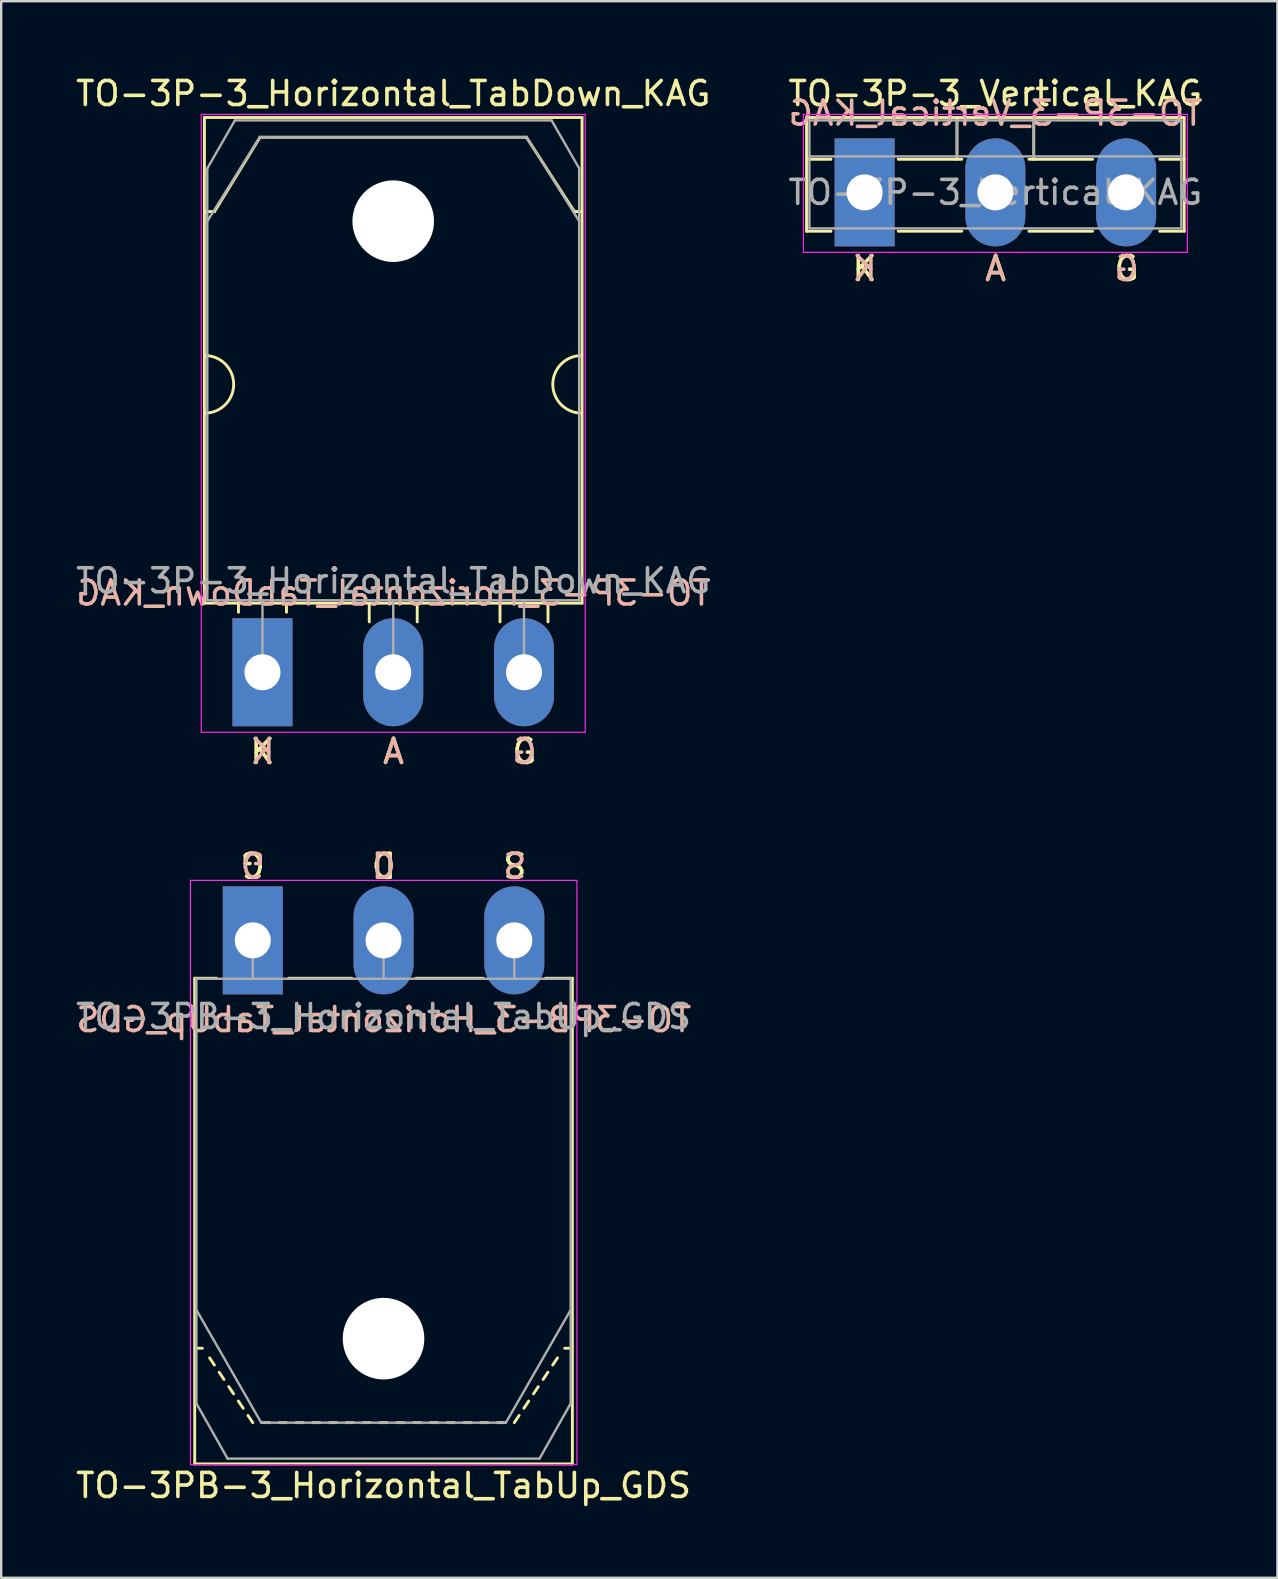
<source format=kicad_pcb>
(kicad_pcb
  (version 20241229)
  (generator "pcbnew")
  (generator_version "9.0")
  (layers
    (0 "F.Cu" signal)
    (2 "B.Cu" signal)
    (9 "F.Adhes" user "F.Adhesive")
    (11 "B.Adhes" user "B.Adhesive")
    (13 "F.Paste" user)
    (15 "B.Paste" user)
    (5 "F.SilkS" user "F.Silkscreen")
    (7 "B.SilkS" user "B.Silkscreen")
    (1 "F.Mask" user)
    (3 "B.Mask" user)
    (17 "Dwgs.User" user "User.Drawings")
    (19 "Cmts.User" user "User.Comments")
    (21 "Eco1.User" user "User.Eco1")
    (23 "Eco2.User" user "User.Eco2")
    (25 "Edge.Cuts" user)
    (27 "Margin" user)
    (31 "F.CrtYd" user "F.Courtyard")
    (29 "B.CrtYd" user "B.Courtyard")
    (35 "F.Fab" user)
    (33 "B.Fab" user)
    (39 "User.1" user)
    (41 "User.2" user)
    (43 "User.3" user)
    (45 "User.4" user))
  (footprint "TO-3PB-3_Horizontal_TabUp_GDS"
    (layer "F.Cu")
    (at 7.485 36.142)
    (property "Reference" "TO-3PB-3_Horizontal_TabUp_GDS" (at 5.45 22.72 0) (layer "F.SilkS") (effects (font (size 1 1) (thickness 0.15))))
    (fp_line (start -2.42 21.82) (end -2.42 1.58) (stroke (width 0.12) (type solid)) (layer "F.SilkS"))
    (fp_line (start -2.1 17) (end -2.4 17) (stroke (width 0.12) (type solid)) (layer "F.SilkS"))
    (fp_line (start -1.8 17.4) (end -1.6 17.7) (stroke (width 0.12) (type solid)) (layer "F.SilkS"))
    (fp_line (start -1.5 1.58) (end -2.42 1.58) (stroke (width 0.12) (type solid)) (layer "F.SilkS"))
    (fp_line (start -1.4 18) (end -1.2 18.3) (stroke (width 0.12) (type solid)) (layer "F.SilkS"))
    (fp_line (start -1 18.6) (end -0.8 18.9) (stroke (width 0.12) (type solid)) (layer "F.SilkS"))
    (fp_line (start -0.6 19.2) (end -0.4 19.5) (stroke (width 0.12) (type solid)) (layer "F.SilkS"))
    (fp_line (start -0.2 19.8) (end 0 20.1) (stroke (width 0.12) (type solid)) (layer "F.SilkS"))
    (fp_line (start 0.7 20.1) (end 0.4 20.1) (stroke (width 0.12) (type solid)) (layer "F.SilkS"))
    (fp_line (start 1.4 20.1) (end 1.1 20.1) (stroke (width 0.12) (type solid)) (layer "F.SilkS"))
    (fp_line (start 2.1 20.1) (end 1.8 20.1) (stroke (width 0.12) (type solid)) (layer "F.SilkS"))
    (fp_line (start 2.8 20.1) (end 2.5 20.1) (stroke (width 0.12) (type solid)) (layer "F.SilkS"))
    (fp_line (start 3.5 20.1) (end 3.2 20.1) (stroke (width 0.12) (type solid)) (layer "F.SilkS"))
    (fp_line (start 4.12 1.58) (end 1.5 1.58) (stroke (width 0.12) (type solid)) (layer "F.SilkS"))
    (fp_line (start 4.2 20.1) (end 3.9 20.1) (stroke (width 0.12) (type solid)) (layer "F.SilkS"))
    (fp_line (start 4.9 20.1) (end 4.6 20.1) (stroke (width 0.12) (type solid)) (layer "F.SilkS"))
    (fp_line (start 5.6 20.1) (end 5.3 20.1) (stroke (width 0.12) (type solid)) (layer "F.SilkS"))
    (fp_line (start 6.3 20.1) (end 6 20.1) (stroke (width 0.12) (type solid)) (layer "F.SilkS"))
    (fp_line (start 7 20.1) (end 6.7 20.1) (stroke (width 0.12) (type solid)) (layer "F.SilkS"))
    (fp_line (start 7.7 20.1) (end 7.4 20.1) (stroke (width 0.12) (type solid)) (layer "F.SilkS"))
    (fp_line (start 8.4 20.1) (end 8.1 20.1) (stroke (width 0.12) (type solid)) (layer "F.SilkS"))
    (fp_line (start 9.1 20.1) (end 8.8 20.1) (stroke (width 0.12) (type solid)) (layer "F.SilkS"))
    (fp_line (start 9.6 1.58) (end 6.8 1.58) (stroke (width 0.12) (type solid)) (layer "F.SilkS"))
    (fp_line (start 9.8 20.1) (end 9.5 20.1) (stroke (width 0.12) (type solid)) (layer "F.SilkS"))
    (fp_line (start 10.5 20.1) (end 10.2 20.1) (stroke (width 0.12) (type solid)) (layer "F.SilkS"))
    (fp_line (start 11.1 19.8) (end 10.9 20.1) (stroke (width 0.12) (type solid)) (layer "F.SilkS"))
    (fp_line (start 11.5 19.2) (end 11.3 19.5) (stroke (width 0.12) (type solid)) (layer "F.SilkS"))
    (fp_line (start 11.9 18.6) (end 11.7 18.9) (stroke (width 0.12) (type solid)) (layer "F.SilkS"))
    (fp_line (start 12.3 18) (end 12.1 18.3) (stroke (width 0.12) (type solid)) (layer "F.SilkS"))
    (fp_line (start 12.7 17.4) (end 12.5 17.7) (stroke (width 0.12) (type solid)) (layer "F.SilkS"))
    (fp_line (start 13 17) (end 13.3 17) (stroke (width 0.12) (type solid)) (layer "F.SilkS"))
    (fp_line (start 13.32 1.58) (end 12.2 1.58) (stroke (width 0.12) (type solid)) (layer "F.SilkS"))
    (fp_line (start 13.32 21.82) (end -2.42 21.82) (stroke (width 0.12) (type solid)) (layer "F.SilkS"))
    (fp_line (start 13.32 21.82) (end 13.32 1.58) (stroke (width 0.12) (type solid)) (layer "F.SilkS"))
    (fp_line (start -2.6 -2.5) (end -2.6 21.85) (stroke (width 0.05) (type solid)) (layer "F.CrtYd"))
    (fp_line (start -2.6 21.85) (end 13.51 21.85) (stroke (width 0.05) (type solid)) (layer "F.CrtYd"))
    (fp_line (start 13.51 -2.5) (end -2.6 -2.5) (stroke (width 0.05) (type solid)) (layer "F.CrtYd"))
    (fp_line (start 13.51 21.85) (end 13.51 -2.5) (stroke (width 0.05) (type solid)) (layer "F.CrtYd"))
    (fp_line (start -2.35 1.6) (end -2.35 15.401) (stroke (width 0.1) (type solid)) (layer "F.Fab"))
    (fp_line (start -2.35 15.401) (end -2.35 19.3) (stroke (width 0.1) (type solid)) (layer "F.Fab"))
    (fp_line (start -2.35 15.401) (end 0.351 20.1) (stroke (width 0.1) (type solid)) (layer "F.Fab"))
    (fp_line (start -2.35 19.3) (end -1.05 21.6) (stroke (width 0.1) (type solid)) (layer "F.Fab"))
    (fp_line (start -1.05 21.6) (end 11.95 21.6) (stroke (width 0.1) (type solid)) (layer "F.Fab"))
    (fp_line (start 0 1.6) (end 0 0) (stroke (width 0.1) (type solid)) (layer "F.Fab"))
    (fp_line (start 0.351 20.1) (end 10.55 20.1) (stroke (width 0.1) (type solid)) (layer "F.Fab"))
    (fp_line (start 5.45 1.6) (end 5.45 0) (stroke (width 0.1) (type solid)) (layer "F.Fab"))
    (fp_line (start 10.55 20.1) (end 13.25 15.401) (stroke (width 0.1) (type solid)) (layer "F.Fab"))
    (fp_line (start 10.9 1.6) (end 10.9 0) (stroke (width 0.1) (type solid)) (layer "F.Fab"))
    (fp_line (start 11.95 21.6) (end 13.25 19.3) (stroke (width 0.1) (type solid)) (layer "F.Fab"))
    (fp_line (start 13.25 1.6) (end -2.35 1.6) (stroke (width 0.1) (type solid)) (layer "F.Fab"))
    (fp_line (start 13.25 15.401) (end 13.25 1.6) (stroke (width 0.1) (type solid)) (layer "F.Fab"))
    (fp_line (start 13.25 19.3) (end 13.25 15.401) (stroke (width 0.1) (type solid)) (layer "F.Fab"))
    (fp_circle (center 5.45 16.6) (end 7.05 16.6) (stroke (width 0.1) (type solid)) (fill no) (layer "F.Fab"))
    (fp_text user "D" (at 5.461 -3.175 180) (unlocked yes) (layer "F.SilkS") (effects (font (size 1 1) (thickness 0.15))))
    (fp_text user "S" (at 10.922 -3.175 180) (unlocked yes) (layer "F.SilkS") (effects (font (size 1 1) (thickness 0.15))))
    (fp_text user "G" (at 0 -3.175 180) (unlocked yes) (layer "F.SilkS") (effects (font (size 1 1) (thickness 0.15))))
    (fp_text user "${REFERENCE}" (at 5.461 3.302 0) (layer "B.SilkS") (effects (font (size 1 1) (thickness 0.15)) (justify mirror)))
    (fp_text user "S" (at 10.922 -3.175 180) (unlocked yes) (layer "B.SilkS") (effects (font (size 1 1) (thickness 0.15)) (justify mirror)))
    (fp_text user "D" (at 5.461 -3.175 180) (unlocked yes) (layer "B.SilkS") (effects (font (size 1 1) (thickness 0.15)) (justify mirror)))
    (fp_text user "G" (at 0 -3.175 180) (unlocked yes) (layer "B.SilkS") (effects (font (size 1 1) (thickness 0.15)) (justify mirror)))
    (fp_text user "${REFERENCE}" (at 5.45 3.175 0) (layer "F.Fab") (effects (font (size 1 1) (thickness 0.15))))
    (pad "" np_thru_hole oval (at 5.45 16.6) (size 3.4 3.4) (drill 3.4) (layers "*.Cu" "*.Mask"))
    (pad "1" thru_hole rect (at 0 0) (size 2.5 4.5) (drill 1.5) (layers "*.Cu" "*.Mask"))
    (pad "2" thru_hole oval (at 5.45 0) (size 2.5 4.5) (drill 1.5) (layers "*.Cu" "*.Mask"))
    (pad "3" thru_hole oval (at 10.9 0) (size 2.5 4.5) (drill 1.5) (layers "*.Cu" "*.Mask")))
  (footprint "TO-3P-3_Vertical_KAG"
    (layer "F.Cu")
    (at 32.984 4.968)
    (property "Reference" "TO-3P-3_Vertical_KAG" (at 5.45 -4.12 0) (layer "F.SilkS") (effects (font (size 1 1) (thickness 0.15))))
    (fp_line (start -2.42 -3.12) (end -2.42 1.62) (stroke (width 0.12) (type solid)) (layer "F.SilkS"))
    (fp_line (start -2.42 -3.12) (end 13.32 -3.12) (stroke (width 0.12) (type solid)) (layer "F.SilkS"))
    (fp_line (start -2.42 -1.38) (end -1.4 -1.38) (stroke (width 0.12) (type solid)) (layer "F.SilkS"))
    (fp_line (start -2.42 1.62) (end -1.4 1.62) (stroke (width 0.12) (type solid)) (layer "F.SilkS"))
    (fp_line (start 1.4 -1.38) (end 4.051 -1.38) (stroke (width 0.12) (type solid)) (layer "F.SilkS"))
    (fp_line (start 1.4 1.62) (end 4.051 1.62) (stroke (width 0.12) (type solid)) (layer "F.SilkS"))
    (fp_line (start 3.85 -3.12) (end 3.85 -1.38) (stroke (width 0.12) (type solid)) (layer "F.SilkS"))
    (fp_line (start 6.85 -1.38) (end 9.5 -1.38) (stroke (width 0.12) (type solid)) (layer "F.SilkS"))
    (fp_line (start 6.85 1.62) (end 9.5 1.62) (stroke (width 0.12) (type solid)) (layer "F.SilkS"))
    (fp_line (start 7.051 -3.12) (end 7.051 -1.38) (stroke (width 0.12) (type solid)) (layer "F.SilkS"))
    (fp_line (start 12.3 -1.38) (end 13.32 -1.38) (stroke (width 0.12) (type solid)) (layer "F.SilkS"))
    (fp_line (start 12.3 1.62) (end 13.32 1.62) (stroke (width 0.12) (type solid)) (layer "F.SilkS"))
    (fp_line (start 13.32 -3.12) (end 13.32 1.62) (stroke (width 0.12) (type solid)) (layer "F.SilkS"))
    (fp_line (start -2.55 -3.25) (end -2.55 2.5) (stroke (width 0.05) (type solid)) (layer "F.CrtYd"))
    (fp_line (start -2.55 2.5) (end 13.45 2.5) (stroke (width 0.05) (type solid)) (layer "F.CrtYd"))
    (fp_line (start 13.45 -3.25) (end -2.55 -3.25) (stroke (width 0.05) (type solid)) (layer "F.CrtYd"))
    (fp_line (start 13.45 2.5) (end 13.45 -3.25) (stroke (width 0.05) (type solid)) (layer "F.CrtYd"))
    (fp_line (start -2.3 -3) (end -2.3 1.5) (stroke (width 0.1) (type solid)) (layer "F.Fab"))
    (fp_line (start -2.3 -1.5) (end 13.2 -1.5) (stroke (width 0.1) (type solid)) (layer "F.Fab"))
    (fp_line (start -2.3 1.5) (end 13.2 1.5) (stroke (width 0.1) (type solid)) (layer "F.Fab"))
    (fp_line (start 3.85 -3) (end 3.85 -1.5) (stroke (width 0.1) (type solid)) (layer "F.Fab"))
    (fp_line (start 7.05 -3) (end 7.05 -1.5) (stroke (width 0.1) (type solid)) (layer "F.Fab"))
    (fp_line (start 13.2 -3) (end -2.3 -3) (stroke (width 0.1) (type solid)) (layer "F.Fab"))
    (fp_line (start 13.2 1.5) (end 13.2 -3) (stroke (width 0.1) (type solid)) (layer "F.Fab"))
    (fp_text user "A" (at 5.461 3.175 0) (layer "F.SilkS") (effects (font (size 1 1) (thickness 0.15))))
    (fp_text user "G" (at 10.922 3.175 0) (layer "F.SilkS") (effects (font (size 1 1) (thickness 0.15))))
    (fp_text user "K" (at 0 3.175 0) (layer "F.SilkS") (effects (font (size 1 1) (thickness 0.15))))
    (fp_text user "A" (at 5.461 3.175 0) (layer "B.SilkS") (effects (font (size 1 1) (thickness 0.15)) (justify mirror)))
    (fp_text user "G" (at 10.922 3.175 0) (layer "B.SilkS") (effects (font (size 1 1) (thickness 0.15)) (justify mirror)))
    (fp_text user "${REFERENCE}" (at 5.461 -3.302 0) (layer "B.SilkS") (effects (font (size 1 1) (thickness 0.15)) (justify mirror)))
    (fp_text user "K" (at 0 3.175 0) (layer "B.SilkS") (effects (font (size 1 1) (thickness 0.15)) (justify mirror)))
    (fp_text user "${REFERENCE}" (at 5.45 0 0) (layer "F.Fab") (effects (font (size 1 1) (thickness 0.15))))
    (pad "1" thru_hole rect (at 0 0) (size 2.5 4.5) (drill 1.5) (layers "*.Cu" "*.Mask"))
    (pad "2" thru_hole oval (at 5.45 0) (size 2.5 4.5) (drill 1.5) (layers "*.Cu" "*.Mask"))
    (pad "3" thru_hole oval (at 10.9 0) (size 2.5 4.5) (drill 1.5) (layers "*.Cu" "*.Mask")))
  (footprint "TO-3P-3_Horizontal_TabDown_KAG"
    (layer "F.Cu")
    (at 7.889 24.968)
    (property "Reference" "TO-3P-3_Horizontal_TabDown_KAG" (at 5.45 -24.12 0) (layer "F.SilkS") (effects (font (size 1 1) (thickness 0.15))))
    (fp_line (start -2.42 -23.12) (end -2.42 -2.88) (stroke (width 0.12) (type solid)) (layer "F.SilkS"))
    (fp_line (start -2.42 -23.12) (end 13.32 -23.12) (stroke (width 0.12) (type solid)) (layer "F.SilkS"))
    (fp_line (start -2.42 -2.88) (end 13.32 -2.88) (stroke (width 0.12) (type solid)) (layer "F.SilkS"))
    (fp_line (start -2 -19.2) (end -2.4 -19.2) (stroke (width 0.12) (type solid)) (layer "F.SilkS"))
    (fp_line (start -2 -19.2) (end -0.1 -22.3) (stroke (width 0.12) (type solid)) (layer "F.SilkS"))
    (fp_line (start -1 -2.85) (end -1 -2.5) (stroke (width 0.12) (type solid)) (layer "F.SilkS"))
    (fp_line (start -0.1 -22.3) (end 11 -22.3) (stroke (width 0.12) (type solid)) (layer "F.SilkS"))
    (fp_line (start 1 -2.85) (end 1 -2.5) (stroke (width 0.12) (type solid)) (layer "F.SilkS"))
    (fp_line (start 4.45 -2.85) (end 4.45 -2.1) (stroke (width 0.12) (type solid)) (layer "F.SilkS"))
    (fp_line (start 6.45 -2.85) (end 6.45 -2.1) (stroke (width 0.12) (type solid)) (layer "F.SilkS"))
    (fp_line (start 9.9 -2.85) (end 9.9 -2.1) (stroke (width 0.12) (type solid)) (layer "F.SilkS"))
    (fp_line (start 11 -22.3) (end 13 -19.2) (stroke (width 0.12) (type solid)) (layer "F.SilkS"))
    (fp_line (start 11.9 -2.85) (end 11.9 -2.1) (stroke (width 0.12) (type solid)) (layer "F.SilkS"))
    (fp_line (start 13 -19.2) (end 13.3 -19.2) (stroke (width 0.12) (type solid)) (layer "F.SilkS"))
    (fp_line (start 13.32 -23.12) (end 13.32 -2.88) (stroke (width 0.12) (type solid)) (layer "F.SilkS"))
    (fp_arc (start -2.4 -13.2) (mid -1.2 -12) (end -2.4 -10.8) (stroke (width 0.12) (type solid)) (layer "F.SilkS"))
    (fp_arc (start 13.3 -10.8) (mid 12.1 -12) (end 13.3 -13.2) (stroke (width 0.12) (type solid)) (layer "F.SilkS"))
    (fp_line (start -2.55 -23.25) (end -2.55 2.5) (stroke (width 0.05) (type solid)) (layer "F.CrtYd"))
    (fp_line (start -2.55 2.5) (end 13.45 2.5) (stroke (width 0.05) (type solid)) (layer "F.CrtYd"))
    (fp_line (start 13.45 -23.25) (end -2.55 -23.25) (stroke (width 0.05) (type solid)) (layer "F.CrtYd"))
    (fp_line (start 13.45 2.5) (end 13.45 -23.25) (stroke (width 0.05) (type solid)) (layer "F.CrtYd"))
    (fp_line (start -2.3 -21) (end -1.15 -23) (stroke (width 0.1) (type solid)) (layer "F.Fab"))
    (fp_line (start -2.3 -18.8) (end -2.3 -21) (stroke (width 0.1) (type solid)) (layer "F.Fab"))
    (fp_line (start -2.3 -18.8) (end -0.11 -22.3) (stroke (width 0.1) (type solid)) (layer "F.Fab"))
    (fp_line (start -2.3 -3) (end -2.3 -18.8) (stroke (width 0.1) (type solid)) (layer "F.Fab"))
    (fp_line (start -1.15 -23) (end 12.05 -23) (stroke (width 0.1) (type solid)) (layer "F.Fab"))
    (fp_line (start -0.11 -22.3) (end 11.01 -22.3) (stroke (width 0.1) (type solid)) (layer "F.Fab"))
    (fp_line (start 0 -3) (end 0 0) (stroke (width 0.1) (type solid)) (layer "F.Fab"))
    (fp_line (start 5.45 -3) (end 5.45 0) (stroke (width 0.1) (type solid)) (layer "F.Fab"))
    (fp_line (start 10.9 -3) (end 10.9 0) (stroke (width 0.1) (type solid)) (layer "F.Fab"))
    (fp_line (start 11.01 -22.3) (end 13.2 -18.8) (stroke (width 0.1) (type solid)) (layer "F.Fab"))
    (fp_line (start 12.05 -23) (end 13.2 -21) (stroke (width 0.1) (type solid)) (layer "F.Fab"))
    (fp_line (start 13.2 -21) (end 13.2 -18.8) (stroke (width 0.1) (type solid)) (layer "F.Fab"))
    (fp_line (start 13.2 -18.8) (end 13.2 -3) (stroke (width 0.1) (type solid)) (layer "F.Fab"))
    (fp_line (start 13.2 -3) (end -2.3 -3) (stroke (width 0.1) (type solid)) (layer "F.Fab"))
    (fp_circle (center 5.45 -18.8) (end 7.05 -18.8) (stroke (width 0.1) (type solid)) (fill no) (layer "F.Fab"))
    (fp_text user "K" (at 0 3.302 0) (layer "F.SilkS") (effects (font (size 1 1) (thickness 0.15))))
    (fp_text user "G" (at 10.922 3.302 0) (layer "F.SilkS") (effects (font (size 1 1) (thickness 0.15))))
    (fp_text user "A" (at 5.461 3.302 0) (layer "F.SilkS") (effects (font (size 1 1) (thickness 0.15))))
    (fp_text user "G" (at 10.922 3.302 0) (layer "B.SilkS") (effects (font (size 1 1) (thickness 0.15)) (justify mirror)))
    (fp_text user "A" (at 5.461 3.302 0) (layer "B.SilkS") (effects (font (size 1 1) (thickness 0.15)) (justify mirror)))
    (fp_text user "${REFERENCE}" (at 5.461 -3.302 0) (layer "B.SilkS") (effects (font (size 1 1) (thickness 0.15)) (justify mirror)))
    (fp_text user "K" (at 0 3.302 0) (layer "B.SilkS") (effects (font (size 1 1) (thickness 0.15)) (justify mirror)))
    (fp_text user "${REFERENCE}" (at 5.45 -3.81 0) (layer "F.Fab") (effects (font (size 1 1) (thickness 0.15))))
    (pad "" np_thru_hole oval (at 5.45 -18.8) (size 3.4 3.4) (drill 3.4) (layers "*.Cu" "*.Mask"))
    (pad "1" thru_hole rect (at 0 0) (size 2.5 4.5) (drill 1.5) (layers "*.Cu" "*.Mask"))
    (pad "2" thru_hole oval (at 5.45 0) (size 2.5 4.5) (drill 1.5) (layers "*.Cu" "*.Mask"))
    (pad "3" thru_hole oval (at 10.9 0) (size 2.5 4.5) (drill 1.5) (layers "*.Cu" "*.Mask")))
  (gr_rect
    (start -3 -3)
    (end 50.189 62.71)
    (stroke (width 0.1) (type default))
    (fill no)
    (layer "Edge.Cuts")))
</source>
